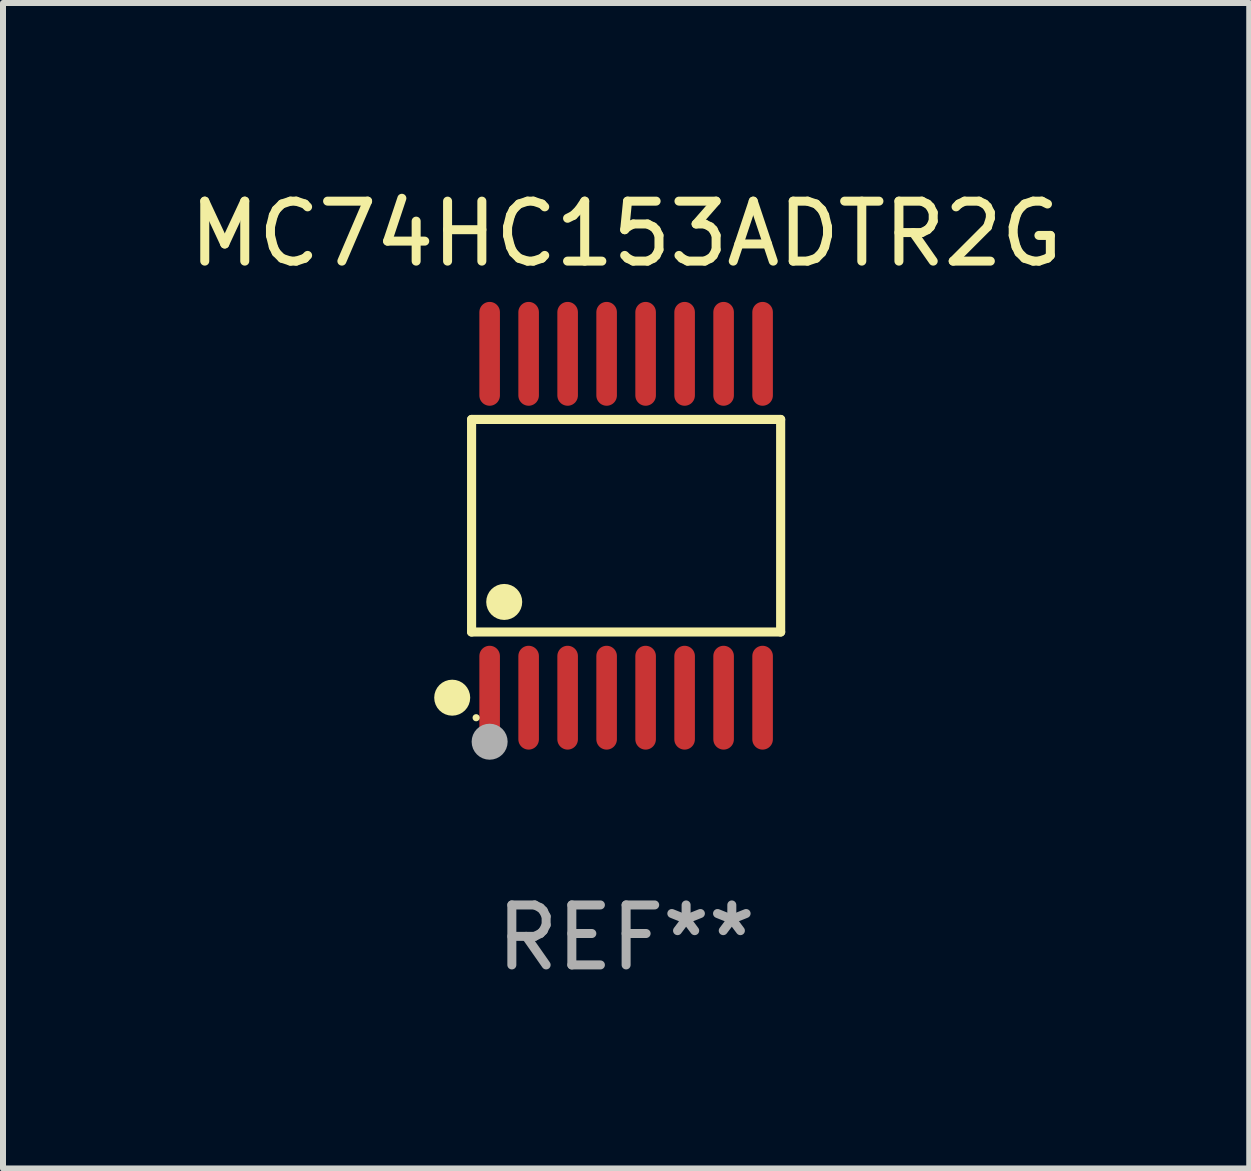
<source format=kicad_pcb>
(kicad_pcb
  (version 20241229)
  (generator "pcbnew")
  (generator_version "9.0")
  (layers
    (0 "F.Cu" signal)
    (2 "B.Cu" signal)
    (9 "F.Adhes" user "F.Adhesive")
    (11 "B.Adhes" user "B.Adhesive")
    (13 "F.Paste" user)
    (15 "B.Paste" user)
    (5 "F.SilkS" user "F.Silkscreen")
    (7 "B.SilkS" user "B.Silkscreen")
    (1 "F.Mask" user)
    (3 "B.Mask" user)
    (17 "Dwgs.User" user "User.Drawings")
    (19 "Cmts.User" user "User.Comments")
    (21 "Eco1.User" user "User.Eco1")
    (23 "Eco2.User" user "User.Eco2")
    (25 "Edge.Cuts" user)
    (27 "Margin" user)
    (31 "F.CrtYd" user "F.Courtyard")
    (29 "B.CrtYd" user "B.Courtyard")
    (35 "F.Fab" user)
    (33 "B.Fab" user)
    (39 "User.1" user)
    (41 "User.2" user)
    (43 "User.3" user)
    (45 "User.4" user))
  (footprint "MC74HC153ADTR2G"
    (layer "F.Cu")
    (at 7.387 5.714)
    (property "Reference" "MC74HC153ADTR2G" (at 0 -4.866 0) (layer "F.SilkS") (effects (font (size 1 1) (thickness 0.15))))
    (attr through_hole)
    (fp_line (start -2.576 -1.772) (end 2.576 -1.772) (stroke (width 0.152) (type solid)) (layer "F.SilkS"))
    (fp_line (start -2.576 1.771) (end -2.576 -1.772) (stroke (width 0.152) (type solid)) (layer "F.SilkS"))
    (fp_line (start 2.576 -1.772) (end 2.576 1.771) (stroke (width 0.152) (type solid)) (layer "F.SilkS"))
    (fp_line (start 2.576 1.771) (end -2.576 1.771) (stroke (width 0.152) (type solid)) (layer "F.SilkS"))
    (fp_circle (center -2.899 2.866) (end -2.749 2.866) (stroke (width 0.3) (type solid)) (fill no) (layer "F.SilkS"))
    (fp_circle (center -2.5 3.2) (end -2.47 3.2) (stroke (width 0.06) (type solid)) (fill no) (layer "F.SilkS"))
    (fp_circle (center -2.032 1.27) (end -1.882 1.27) (stroke (width 0.3) (type solid)) (fill no) (layer "F.SilkS"))
    (fp_circle (center -2.275 3.6) (end -2.125 3.6) (stroke (width 0.3) (type solid)) (fill no) (layer "F.Fab"))
    (fp_text user "REF**" (at 0 6.866 0) (layer "F.Fab") (effects (font (size 1 1) (thickness 0.15))))
    (pad "1" smd oval (at -2.275 2.866) (size 0.343 1.731) (layers "F.Cu" "F.Mask" "F.Paste"))
    (pad "2" smd oval (at -1.625 2.866) (size 0.343 1.731) (layers "F.Cu" "F.Mask" "F.Paste"))
    (pad "3" smd oval (at -0.975 2.866) (size 0.343 1.731) (layers "F.Cu" "F.Mask" "F.Paste"))
    (pad "4" smd oval (at -0.325 2.866) (size 0.343 1.731) (layers "F.Cu" "F.Mask" "F.Paste"))
    (pad "5" smd oval (at 0.325 2.866) (size 0.343 1.731) (layers "F.Cu" "F.Mask" "F.Paste"))
    (pad "6" smd oval (at 0.975 2.866) (size 0.343 1.731) (layers "F.Cu" "F.Mask" "F.Paste"))
    (pad "7" smd oval (at 1.625 2.866) (size 0.343 1.731) (layers "F.Cu" "F.Mask" "F.Paste"))
    (pad "8" smd oval (at 2.275 2.866) (size 0.343 1.731) (layers "F.Cu" "F.Mask" "F.Paste"))
    (pad "9" smd oval (at 2.275 -2.866) (size 0.343 1.731) (layers "F.Cu" "F.Mask" "F.Paste"))
    (pad "10" smd oval (at 1.625 -2.866) (size 0.343 1.731) (layers "F.Cu" "F.Mask" "F.Paste"))
    (pad "11" smd oval (at 0.975 -2.866) (size 0.343 1.731) (layers "F.Cu" "F.Mask" "F.Paste"))
    (pad "12" smd oval (at 0.325 -2.866) (size 0.343 1.731) (layers "F.Cu" "F.Mask" "F.Paste"))
    (pad "13" smd oval (at -0.325 -2.866) (size 0.343 1.731) (layers "F.Cu" "F.Mask" "F.Paste"))
    (pad "14" smd oval (at -0.975 -2.866) (size 0.343 1.731) (layers "F.Cu" "F.Mask" "F.Paste"))
    (pad "15" smd oval (at -1.625 -2.866) (size 0.343 1.731) (layers "F.Cu" "F.Mask" "F.Paste"))
    (pad "16" smd oval (at -2.275 -2.866) (size 0.343 1.731) (layers "F.Cu" "F.Mask" "F.Paste")))
  (gr_rect
    (start -3 -3)
    (end 17.774 16.428)
    (stroke (width 0.1) (type default))
    (fill no)
    (layer "Edge.Cuts")))
</source>
